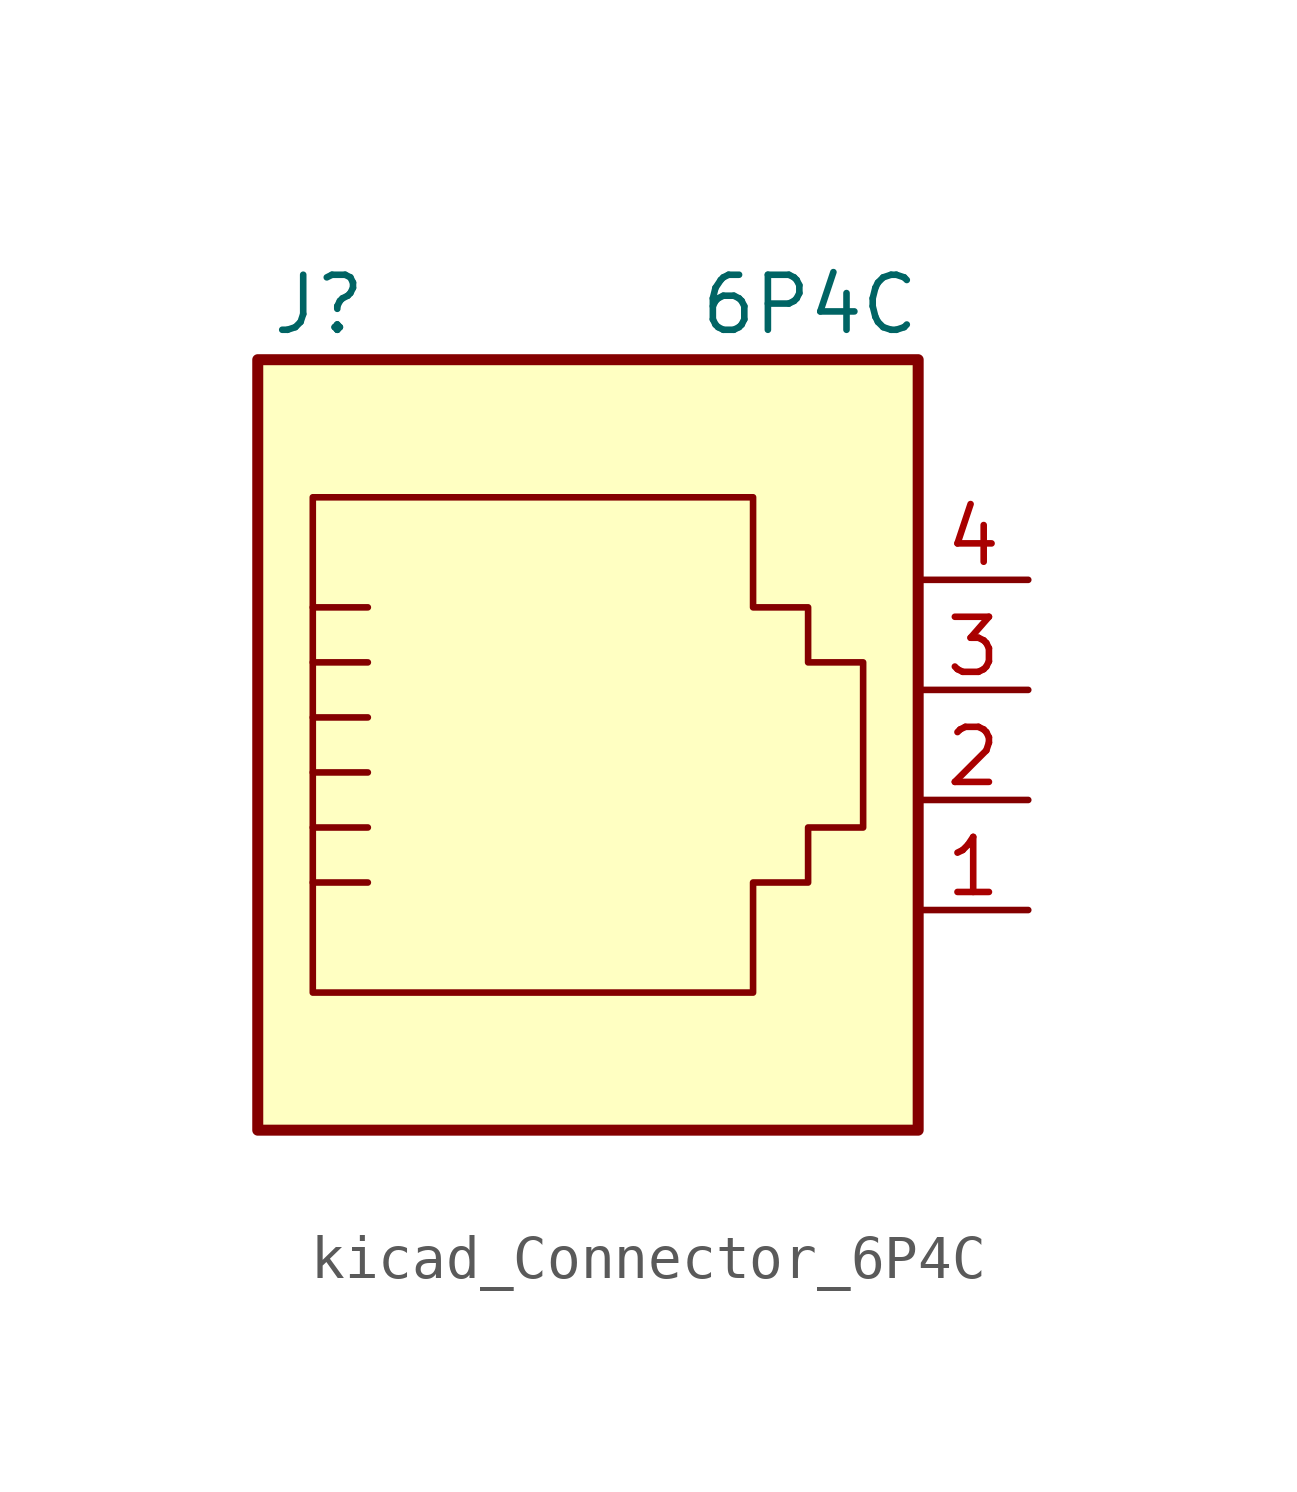
<source format=kicad_sym>
(kicad_symbol_lib
  (version 20220914)
  (generator kicad_symbol_editor)
  (symbol "kicad_Connector_6P4C"
    (pin_names
      (offset 1.016))
    (property "Reference" "J"
      (at -5.08 11.43 0)
      (effects (font (size 1.27 1.27)) (justify right)))
    (property "Value" "6P4C"
      (at 2.54 11.43 0)
      (effects (font (size 1.27 1.27)) (justify left)))
    (symbol "kicad_Connector_6P4C_0_1"
      (polyline (pts (xy -6.35 -1.905) (xy -5.08 -1.905) (xy -5.08 -1.905)) (stroke (width 0) (type default)) (fill (type none)))
      (polyline (pts (xy -6.35 -0.635) (xy -5.08 -0.635) (xy -5.08 -0.635)) (stroke (width 0) (type default)) (fill (type none)))
      (polyline (pts (xy -6.35 0.635) (xy -5.08 0.635) (xy -5.08 0.635)) (stroke (width 0) (type default)) (fill (type none)))
      (polyline (pts (xy -6.35 1.905) (xy -5.08 1.905) (xy -5.08 1.905)) (stroke (width 0) (type default)) (fill (type none)))
      (polyline (pts (xy -6.35 3.175) (xy -5.08 3.175) (xy -5.08 3.175)) (stroke (width 0) (type default)) (fill (type none)))
      (polyline (pts (xy -5.08 4.445) (xy -6.35 4.445) (xy -6.35 4.445)) (stroke (width 0) (type default)) (fill (type none)))
      (polyline (pts (xy -6.35 -4.445) (xy -6.35 6.985) (xy 3.81 6.985) (xy 3.81 4.445) (xy 5.08 4.445) (xy 5.08 3.175) (xy 6.35 3.175) (xy 6.35 -0.635) (xy 5.08 -0.635) (xy 5.08 -1.905) (xy 3.81 -1.905) (xy 3.81 -4.445) (xy -6.35 -4.445) (xy -6.35 -4.445)) (stroke (width 0) (type default)) (fill (type none)))
      (rectangle (start 7.62 10.16) (end -7.62 -7.62) (stroke (width 0.254) (type default)) (fill (type background))))
    (symbol "kicad_Connector_6P4C_1_1"
      (pin passive line (at 10.16 -2.54 180) (length 2.54) (name "~" (effects (font (size 1.27 1.27)))) (number "1" (effects (font (size 1.27 1.27)))))
      (pin passive line (at 10.16 0 180) (length 2.54) (name "~" (effects (font (size 1.27 1.27)))) (number "2" (effects (font (size 1.27 1.27)))))
      (pin passive line (at 10.16 2.54 180) (length 2.54) (name "~" (effects (font (size 1.27 1.27)))) (number "3" (effects (font (size 1.27 1.27)))))
      (pin passive line (at 10.16 5.08 180) (length 2.54) (name "~" (effects (font (size 1.27 1.27)))) (number "4" (effects (font (size 1.27 1.27))))))))
</source>
